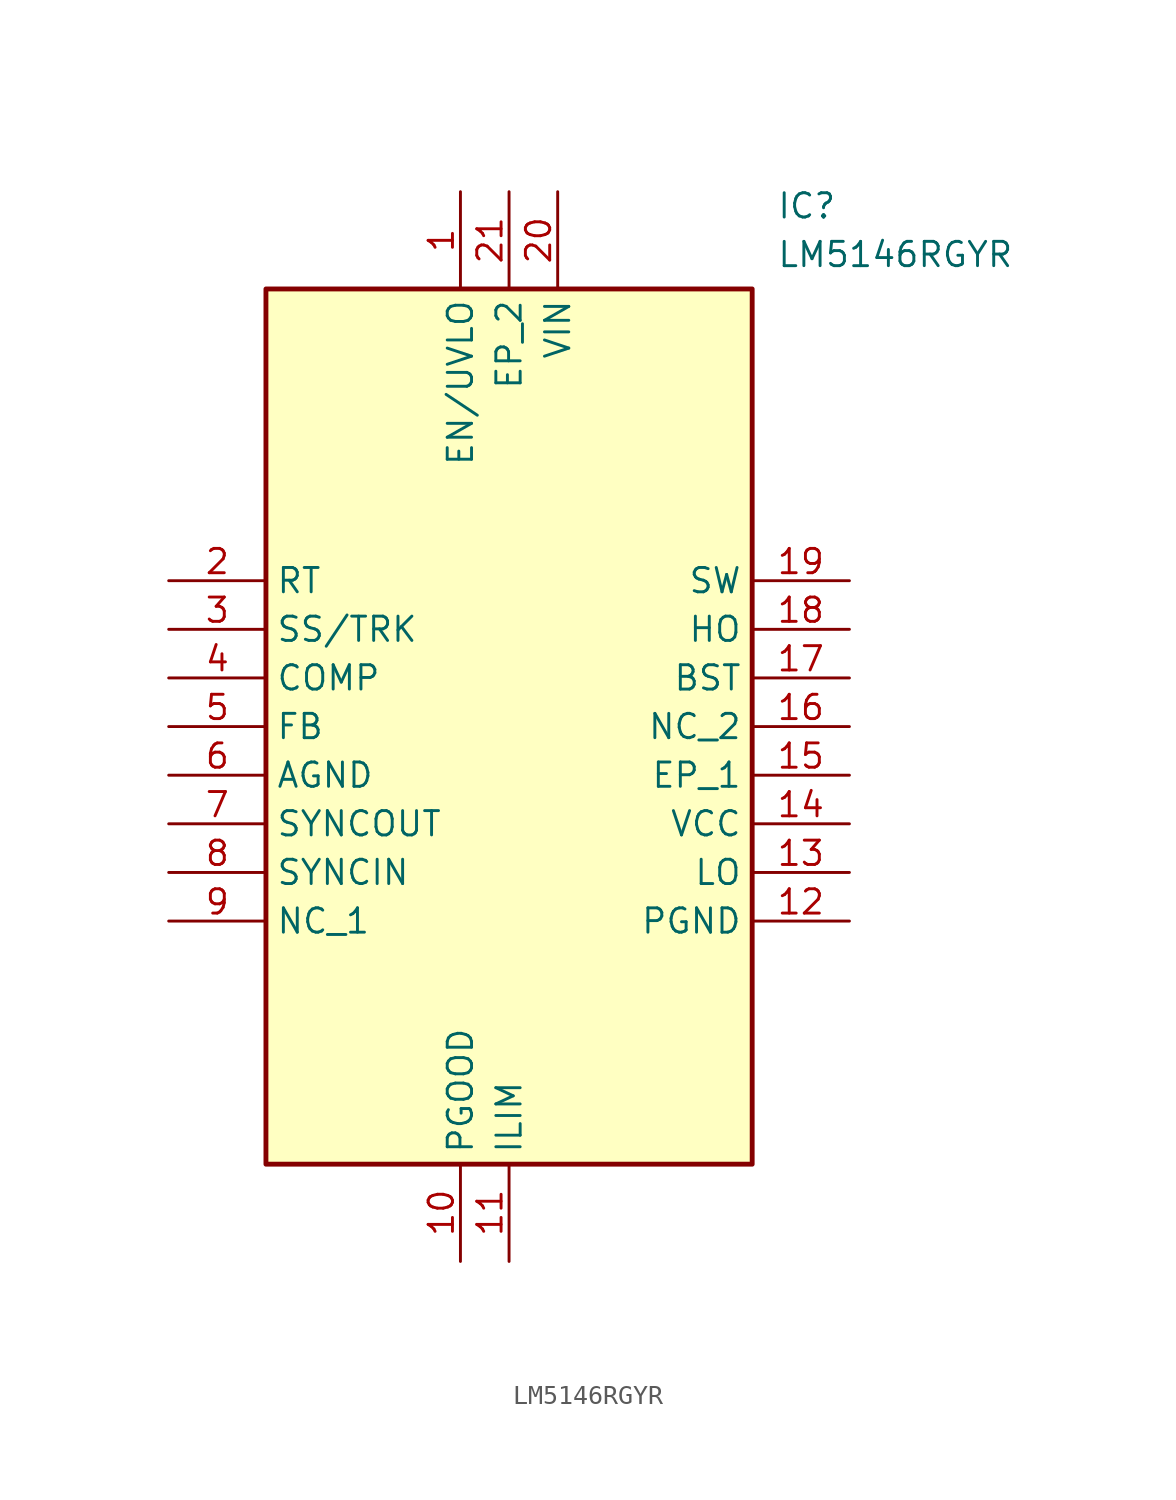
<source format=kicad_sym>
(kicad_symbol_lib
  (version 20211014)
  (generator SamacSys_ECAD_Model)
  (symbol "LM5146RGYR"
    (property "Reference" "IC"
      (at 31.75 20.32 0)
      (effects (font (size 1.27 1.27)) (justify left top)))
    (property "Value" "LM5146RGYR"
      (at 31.75 17.78 0)
      (effects (font (size 1.27 1.27)) (justify left top)))
    (rectangle
      (start 5.08 15.24)
      (end 30.48 -30.48)
      (stroke (width 0.254) (type default))
      (fill (type background)))
    (pin passive line
      (at 15.24 20.32 270)
      (length 5.08)
      (name "EN/UVLO" (effects (font (size 1.27 1.27))))
      (number "1" (effects (font (size 1.27 1.27)))))
    (pin passive line
      (at 0 0 0)
      (length 5.08)
      (name "RT" (effects (font (size 1.27 1.27))))
      (number "2" (effects (font (size 1.27 1.27)))))
    (pin passive line
      (at 0 -2.54 0)
      (length 5.08)
      (name "SS/TRK" (effects (font (size 1.27 1.27))))
      (number "3" (effects (font (size 1.27 1.27)))))
    (pin passive line
      (at 0 -5.08 0)
      (length 5.08)
      (name "COMP" (effects (font (size 1.27 1.27))))
      (number "4" (effects (font (size 1.27 1.27)))))
    (pin passive line
      (at 0 -7.62 0)
      (length 5.08)
      (name "FB" (effects (font (size 1.27 1.27))))
      (number "5" (effects (font (size 1.27 1.27)))))
    (pin passive line
      (at 0 -10.16 0)
      (length 5.08)
      (name "AGND" (effects (font (size 1.27 1.27))))
      (number "6" (effects (font (size 1.27 1.27)))))
    (pin passive line
      (at 0 -12.7 0)
      (length 5.08)
      (name "SYNCOUT" (effects (font (size 1.27 1.27))))
      (number "7" (effects (font (size 1.27 1.27)))))
    (pin passive line
      (at 0 -15.24 0)
      (length 5.08)
      (name "SYNCIN" (effects (font (size 1.27 1.27))))
      (number "8" (effects (font (size 1.27 1.27)))))
    (pin passive line
      (at 0 -17.78 0)
      (length 5.08)
      (name "NC_1" (effects (font (size 1.27 1.27))))
      (number "9" (effects (font (size 1.27 1.27)))))
    (pin passive line
      (at 15.24 -35.56 90)
      (length 5.08)
      (name "PGOOD" (effects (font (size 1.27 1.27))))
      (number "10" (effects (font (size 1.27 1.27)))))
    (pin passive line
      (at 17.78 -35.56 90)
      (length 5.08)
      (name "ILIM" (effects (font (size 1.27 1.27))))
      (number "11" (effects (font (size 1.27 1.27)))))
    (pin passive line
      (at 35.56 -17.78 180)
      (length 5.08)
      (name "PGND" (effects (font (size 1.27 1.27))))
      (number "12" (effects (font (size 1.27 1.27)))))
    (pin passive line
      (at 35.56 -15.24 180)
      (length 5.08)
      (name "LO" (effects (font (size 1.27 1.27))))
      (number "13" (effects (font (size 1.27 1.27)))))
    (pin passive line
      (at 35.56 -12.7 180)
      (length 5.08)
      (name "VCC" (effects (font (size 1.27 1.27))))
      (number "14" (effects (font (size 1.27 1.27)))))
    (pin passive line
      (at 35.56 -10.16 180)
      (length 5.08)
      (name "EP_1" (effects (font (size 1.27 1.27))))
      (number "15" (effects (font (size 1.27 1.27)))))
    (pin passive line
      (at 35.56 -7.62 180)
      (length 5.08)
      (name "NC_2" (effects (font (size 1.27 1.27))))
      (number "16" (effects (font (size 1.27 1.27)))))
    (pin passive line
      (at 35.56 -5.08 180)
      (length 5.08)
      (name "BST" (effects (font (size 1.27 1.27))))
      (number "17" (effects (font (size 1.27 1.27)))))
    (pin passive line
      (at 35.56 -2.54 180)
      (length 5.08)
      (name "HO" (effects (font (size 1.27 1.27))))
      (number "18" (effects (font (size 1.27 1.27)))))
    (pin passive line
      (at 35.56 0 180)
      (length 5.08)
      (name "SW" (effects (font (size 1.27 1.27))))
      (number "19" (effects (font (size 1.27 1.27)))))
    (pin passive line
      (at 20.32 20.32 270)
      (length 5.08)
      (name "VIN" (effects (font (size 1.27 1.27))))
      (number "20" (effects (font (size 1.27 1.27)))))
    (pin passive line
      (at 17.78 20.32 270)
      (length 5.08)
      (name "EP_2" (effects (font (size 1.27 1.27))))
      (number "21" (effects (font (size 1.27 1.27)))))))
</source>
